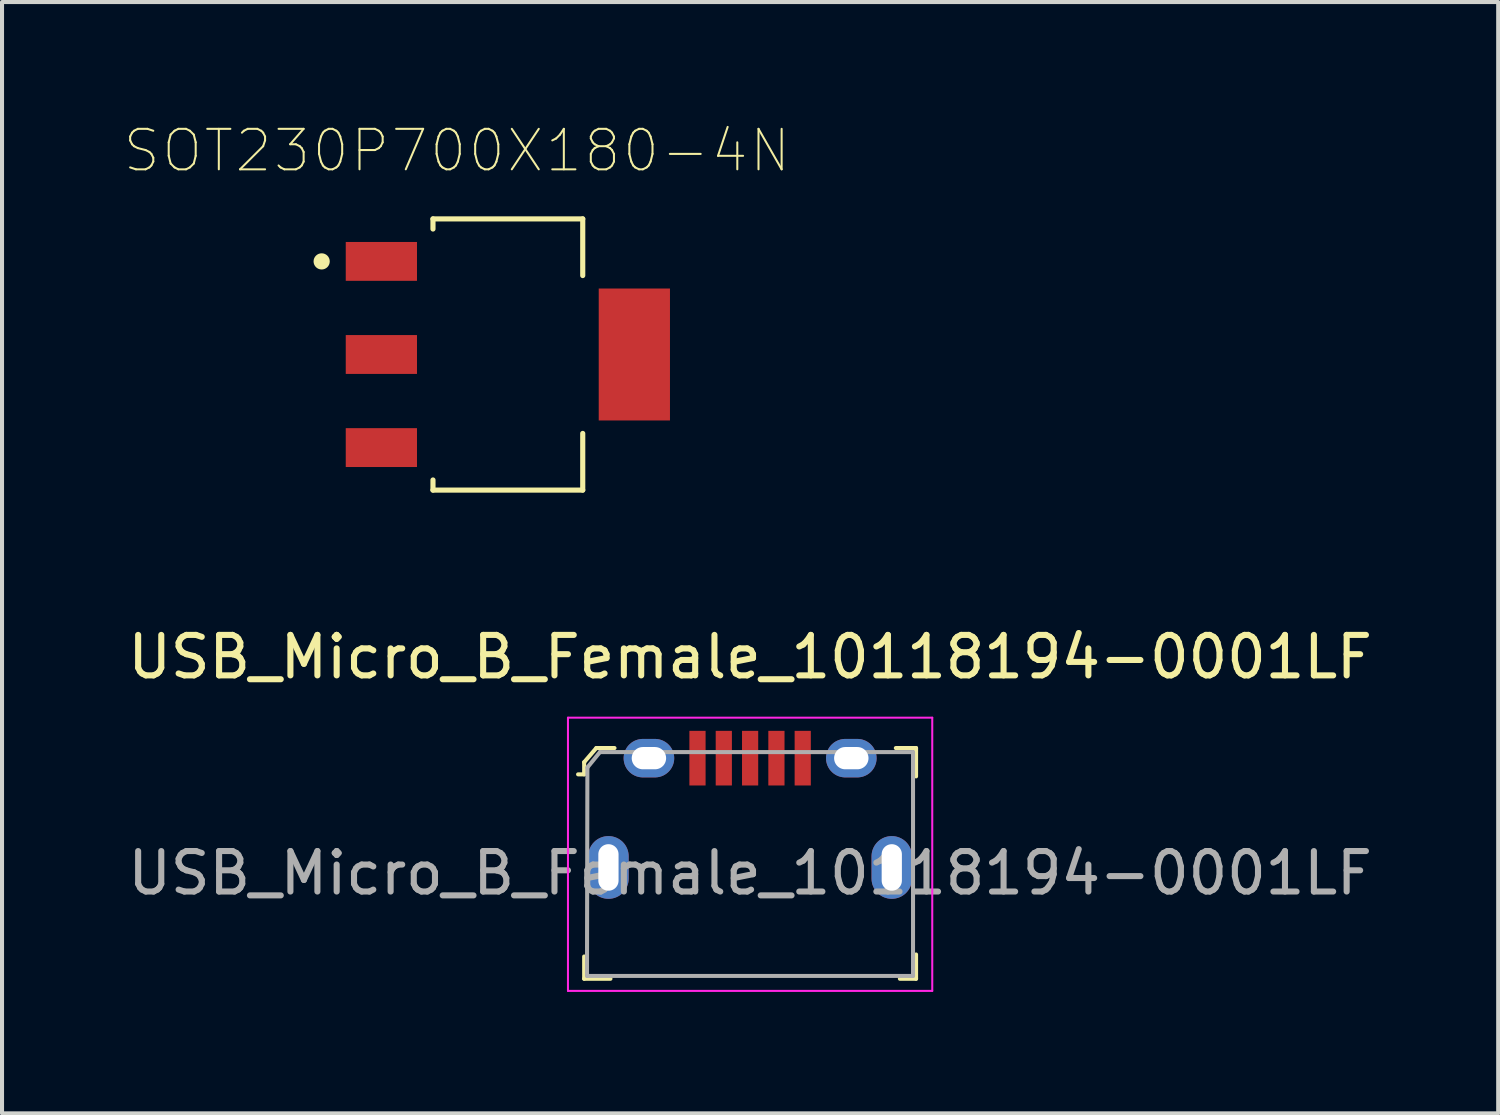
<source format=kicad_pcb>
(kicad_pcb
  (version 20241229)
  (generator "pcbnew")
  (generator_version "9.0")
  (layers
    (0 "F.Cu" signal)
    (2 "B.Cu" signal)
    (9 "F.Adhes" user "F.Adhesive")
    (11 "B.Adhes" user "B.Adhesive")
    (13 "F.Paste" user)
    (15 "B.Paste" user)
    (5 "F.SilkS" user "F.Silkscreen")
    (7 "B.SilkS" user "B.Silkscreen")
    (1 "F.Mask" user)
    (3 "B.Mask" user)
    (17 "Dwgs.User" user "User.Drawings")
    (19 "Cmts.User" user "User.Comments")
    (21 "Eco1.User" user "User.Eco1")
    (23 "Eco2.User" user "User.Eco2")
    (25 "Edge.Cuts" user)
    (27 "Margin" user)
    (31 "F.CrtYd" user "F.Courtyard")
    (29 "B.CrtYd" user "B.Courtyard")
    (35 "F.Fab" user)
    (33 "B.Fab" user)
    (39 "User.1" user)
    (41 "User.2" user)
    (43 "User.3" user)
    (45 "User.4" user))
  (footprint "SOT230P700X180-4N"
    (layer "F.Cu")
    (at 9.497 5.708)
    (property "Reference" "SOT230P700X180-4N" (at -1.26 -5.035 0) (layer "F.SilkS") (effects (font (size 1 1) (thickness 0.05))))
    (attr smd)
    (fp_line (start -1.85 -3.35) (end -1.85 -3.1) (stroke (width 0.127) (type solid)) (layer "F.SilkS"))
    (fp_line (start -1.85 3.35) (end -1.85 3.1) (stroke (width 0.127) (type solid)) (layer "F.SilkS"))
    (fp_line (start 1.85 -3.35) (end -1.85 -3.35) (stroke (width 0.127) (type solid)) (layer "F.SilkS"))
    (fp_line (start 1.85 -1.95) (end 1.85 -3.35) (stroke (width 0.127) (type solid)) (layer "F.SilkS"))
    (fp_line (start 1.85 1.95) (end 1.85 3.35) (stroke (width 0.127) (type solid)) (layer "F.SilkS"))
    (fp_line (start 1.85 3.35) (end -1.85 3.35) (stroke (width 0.127) (type solid)) (layer "F.SilkS"))
    (fp_circle (center -4.6 -2.3) (end -4.5 -2.3) (stroke (width 0.2) (type solid)) (fill no) (layer "F.SilkS"))
    (fp_line (start -4.26 -3.03) (end -4.26 3.03) (stroke (width 0.05) (type solid)) (layer "Eco1.User"))
    (fp_line (start -4.26 3.03) (end -2.1 3.03) (stroke (width 0.05) (type solid)) (layer "Eco1.User"))
    (fp_line (start -2.1 -3.6) (end -2.1 -3.03) (stroke (width 0.05) (type solid)) (layer "Eco1.User"))
    (fp_line (start -2.1 -3.6) (end 2.1 -3.6) (stroke (width 0.05) (type solid)) (layer "Eco1.User"))
    (fp_line (start -2.1 -3.03) (end -4.26 -3.03) (stroke (width 0.05) (type solid)) (layer "Eco1.User"))
    (fp_line (start -2.1 3.03) (end -2.1 3.6) (stroke (width 0.05) (type solid)) (layer "Eco1.User"))
    (fp_line (start 2.1 -3.6) (end 2.1 -1.88) (stroke (width 0.05) (type solid)) (layer "Eco1.User"))
    (fp_line (start 2.1 -1.88) (end 4.26 -1.88) (stroke (width 0.05) (type solid)) (layer "Eco1.User"))
    (fp_line (start 2.1 1.88) (end 2.1 3.6) (stroke (width 0.05) (type solid)) (layer "Eco1.User"))
    (fp_line (start 2.1 3.6) (end -2.1 3.6) (stroke (width 0.05) (type solid)) (layer "Eco1.User"))
    (fp_line (start 4.26 -1.88) (end 4.26 1.88) (stroke (width 0.05) (type solid)) (layer "Eco1.User"))
    (fp_line (start 4.26 1.88) (end 2.1 1.88) (stroke (width 0.05) (type solid)) (layer "Eco1.User"))
    (fp_line (start -1.85 -3.35) (end 1.85 -3.35) (stroke (width 0.127) (type solid)) (layer "Eco2.User"))
    (fp_line (start -1.85 3.35) (end -1.85 -3.35) (stroke (width 0.127) (type solid)) (layer "Eco2.User"))
    (fp_line (start -1.85 3.35) (end 1.85 3.35) (stroke (width 0.127) (type solid)) (layer "Eco2.User"))
    (fp_line (start 1.85 -3.35) (end 1.85 3.35) (stroke (width 0.127) (type solid)) (layer "Eco2.User"))
    (fp_line (start 1.85 3.35) (end -1.85 3.35) (stroke (width 0.127) (type solid)) (layer "Eco2.User"))
    (fp_circle (center -4.6 -2.3) (end -4.5 -2.3) (stroke (width 0.2) (type solid)) (fill no) (layer "Eco2.User"))
    (pad "1" smd rect (at -3.125 -2.3) (size 1.76 0.96) (layers "F.Cu" "F.Mask" "F.Paste"))
    (pad "2" smd rect (at -3.125 0) (size 1.76 0.96) (layers "F.Cu" "F.Mask" "F.Paste"))
    (pad "3" smd rect (at -3.125 2.3) (size 1.76 0.96) (layers "F.Cu" "F.Mask" "F.Paste"))
    (pad "4" smd rect (at 3.125 0 90) (size 3.26 1.76) (layers "F.Cu" "F.Mask" "F.Paste")))
  (footprint "USB_Micro_B_Female_10118194-0001LF"
    (layer "F.Cu")
    (at 15.482 15.681)
    (property "Reference" "USB_Micro_B_Female_10118194-0001LF" (at 0 -2.5 0) (layer "F.SilkS") (effects (font (size 1 1) (thickness 0.15))))
    (attr through_hole)
    (fp_line (start -4.1 0.1) (end -4.1 0.4) (stroke (width 0.1) (type solid)) (layer "F.SilkS"))
    (fp_line (start -4.1 0.4) (end -4.25 0.4) (stroke (width 0.1) (type solid)) (layer "F.SilkS"))
    (fp_line (start -4.1 4.9) (end -4.1 5.45) (stroke (width 0.1) (type solid)) (layer "F.SilkS"))
    (fp_line (start -4.1 5.45) (end -3.45 5.45) (stroke (width 0.1) (type solid)) (layer "F.SilkS"))
    (fp_line (start -3.8 -0.25) (end -4.1 0.1) (stroke (width 0.1) (type solid)) (layer "F.SilkS"))
    (fp_line (start -3.35 -0.25) (end -3.8 -0.25) (stroke (width 0.1) (type solid)) (layer "F.SilkS"))
    (fp_line (start 3.6 -0.25) (end 4.1 -0.25) (stroke (width 0.1) (type solid)) (layer "F.SilkS"))
    (fp_line (start 4.1 -0.25) (end 4.1 0.45) (stroke (width 0.1) (type solid)) (layer "F.SilkS"))
    (fp_line (start 4.1 4.85) (end 4.1 5.45) (stroke (width 0.1) (type solid)) (layer "F.SilkS"))
    (fp_line (start 4.1 5.45) (end 3.7 5.45) (stroke (width 0.1) (type solid)) (layer "F.SilkS"))
    (fp_line (start -4.5 -1) (end 4.5 -1) (stroke (width 0.05) (type solid)) (layer "F.CrtYd"))
    (fp_line (start -4.5 5.75) (end -4.5 -1) (stroke (width 0.05) (type solid)) (layer "F.CrtYd"))
    (fp_line (start -4.5 5.75) (end 4.5 5.75) (stroke (width 0.05) (type solid)) (layer "F.CrtYd"))
    (fp_line (start 4.5 5.75) (end 4.5 -1) (stroke (width 0.05) (type solid)) (layer "F.CrtYd"))
    (fp_line (start -4.03 5.38) (end -4.02 0.23) (stroke (width 0.1) (type solid)) (layer "F.Fab"))
    (fp_line (start -4.025 5.38) (end 4.025 5.38) (stroke (width 0.1) (type solid)) (layer "F.Fab"))
    (fp_line (start -4.02 0.23) (end -3.71 -0.15) (stroke (width 0.1) (type solid)) (layer "F.Fab"))
    (fp_line (start 4.02 -0.15) (end -3.71 -0.15) (stroke (width 0.1) (type solid)) (layer "F.Fab"))
    (fp_line (start 4.025 5.38) (end 4.025 -0.15) (stroke (width 0.1) (type solid)) (layer "F.Fab"))
    (fp_text user "${REFERENCE}" (at 0 2.84 0) (layer "F.Fab") (effects (font (size 1 1) (thickness 0.15))))
    (pad "1" smd rect (at -1.3 0) (size 0.4 1.35) (layers "F.Cu" "F.Mask" "F.Paste"))
    (pad "2" smd rect (at -0.65 0) (size 0.4 1.35) (layers "F.Cu" "F.Mask" "F.Paste"))
    (pad "3" smd rect (at 0 0) (size 0.4 1.35) (layers "F.Cu" "F.Mask" "F.Paste"))
    (pad "4" smd rect (at 0.65 0) (size 0.4 1.35) (layers "F.Cu" "F.Mask" "F.Paste"))
    (pad "5" smd rect (at 1.3 0) (size 0.4 1.35) (layers "F.Cu" "F.Mask" "F.Paste"))
    (pad "SH" thru_hole oval (at -3.5 2.7) (size 1 1.55) (drill oval 0.5 1.15) (layers "*.Cu" "*.Mask"))
    (pad "SH" thru_hole oval (at -2.5 0) (size 1.25 0.95) (drill oval 0.85 0.55) (layers "*.Cu" "*.Mask"))
    (pad "SH" thru_hole oval (at 2.5 0) (size 1.25 0.95) (drill oval 0.85 0.55) (layers "*.Cu" "*.Mask"))
    (pad "SH" thru_hole oval (at 3.5 2.7) (size 1 1.55) (drill oval 0.5 1.15) (layers "*.Cu" "*.Mask")))
  (gr_rect
    (start -3 -3)
    (end 33.964 24.456)
    (stroke (width 0.1) (type default))
    (fill no)
    (layer "Edge.Cuts")))
</source>
